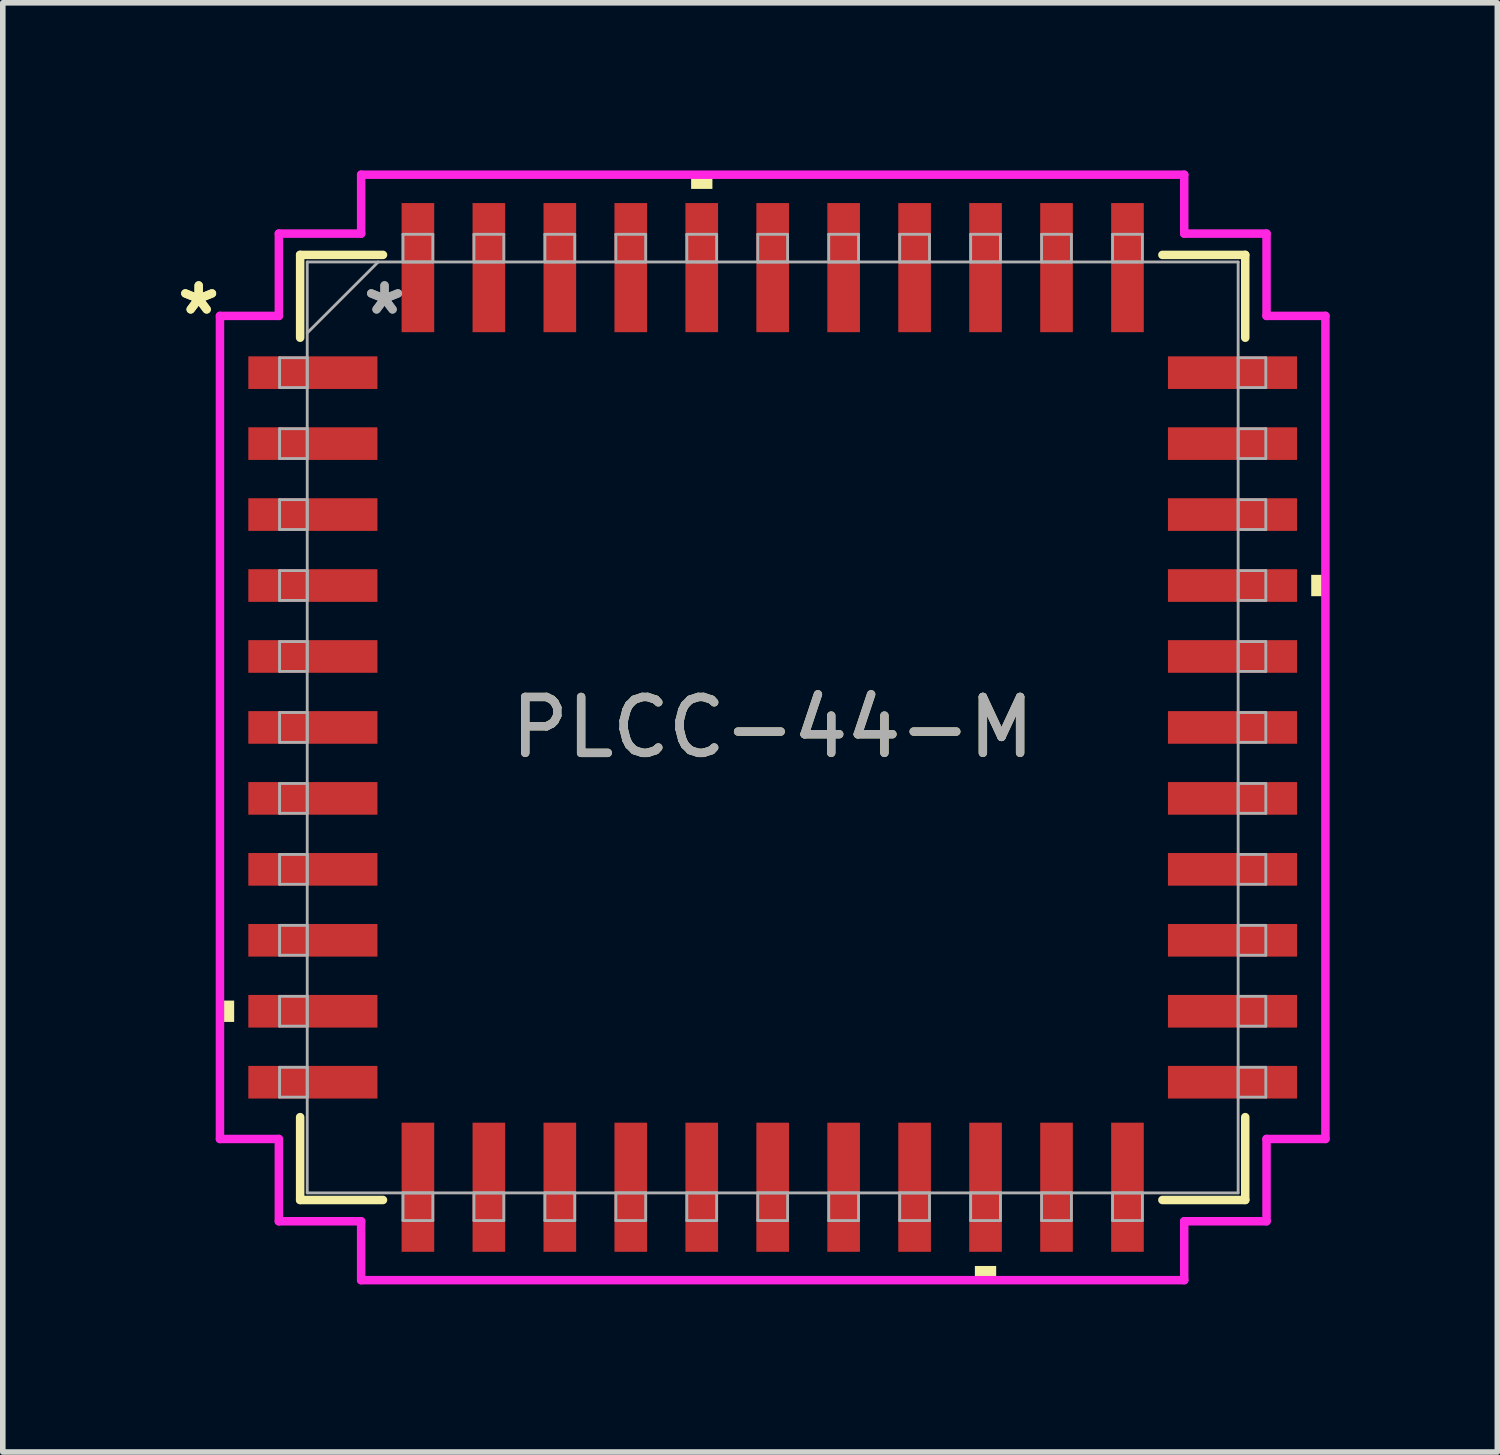
<source format=kicad_pcb>
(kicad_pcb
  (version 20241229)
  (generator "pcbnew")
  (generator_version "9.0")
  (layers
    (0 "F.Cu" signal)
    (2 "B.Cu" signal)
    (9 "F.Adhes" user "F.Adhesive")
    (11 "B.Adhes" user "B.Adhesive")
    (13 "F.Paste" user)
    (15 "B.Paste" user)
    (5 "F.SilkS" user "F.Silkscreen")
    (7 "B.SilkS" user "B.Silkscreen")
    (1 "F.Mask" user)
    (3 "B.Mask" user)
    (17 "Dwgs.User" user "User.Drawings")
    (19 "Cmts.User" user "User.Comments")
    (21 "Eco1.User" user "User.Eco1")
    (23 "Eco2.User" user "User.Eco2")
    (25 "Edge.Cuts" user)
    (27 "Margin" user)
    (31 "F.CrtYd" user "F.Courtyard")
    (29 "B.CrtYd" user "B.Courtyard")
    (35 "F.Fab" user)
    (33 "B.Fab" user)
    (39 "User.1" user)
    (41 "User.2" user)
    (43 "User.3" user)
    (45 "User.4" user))
  (footprint "PLCC-44-M"
    (layer "F.Cu")
    (at 10.78 9.97)
    (property "Reference" "PLCC-44-M" (at 0 0 0) (unlocked yes) (layer "F.SilkS") (effects (font (size 1 1) (thickness 0.15))))
    (attr smd)
    (fp_line (start -8.458 -8.458) (end -8.458 -6.975) (stroke (width 0.152) (type solid)) (layer "F.SilkS"))
    (fp_line (start -8.458 6.975) (end -8.458 8.458) (stroke (width 0.152) (type solid)) (layer "F.SilkS"))
    (fp_line (start -8.458 8.458) (end -6.975 8.458) (stroke (width 0.152) (type solid)) (layer "F.SilkS"))
    (fp_line (start -6.975 -8.458) (end -8.458 -8.458) (stroke (width 0.152) (type solid)) (layer "F.SilkS"))
    (fp_line (start 6.975 8.458) (end 8.458 8.458) (stroke (width 0.152) (type solid)) (layer "F.SilkS"))
    (fp_line (start 8.458 -8.458) (end 6.975 -8.458) (stroke (width 0.152) (type solid)) (layer "F.SilkS"))
    (fp_line (start 8.458 -6.975) (end 8.458 -8.458) (stroke (width 0.152) (type solid)) (layer "F.SilkS"))
    (fp_line (start 8.458 8.458) (end 8.458 6.975) (stroke (width 0.152) (type solid)) (layer "F.SilkS"))
    (fp_poly (pts (xy -9.893 4.889) (xy -9.893 5.271) (xy -9.639 5.271) (xy -9.639 4.889)) (stroke (width 0) (type solid)) (fill yes) (layer "F.SilkS"))
    (fp_poly (pts (xy -1.46 -9.639) (xy -1.46 -9.893) (xy -1.079 -9.893) (xy -1.079 -9.639)) (stroke (width 0) (type solid)) (fill yes) (layer "F.SilkS"))
    (fp_poly (pts (xy 3.619 9.639) (xy 3.619 9.893) (xy 4 9.893) (xy 4 9.639)) (stroke (width 0) (type solid)) (fill yes) (layer "F.SilkS"))
    (fp_poly (pts (xy 9.893 -2.731) (xy 9.893 -2.349) (xy 9.639 -2.349) (xy 9.639 -2.731)) (stroke (width 0) (type solid)) (fill yes) (layer "F.SilkS"))
    (fp_line (start -9.893 -7.366) (end -8.839 -7.366) (stroke (width 0.152) (type solid)) (layer "F.CrtYd"))
    (fp_line (start -9.893 7.366) (end -9.893 -7.366) (stroke (width 0.152) (type solid)) (layer "F.CrtYd"))
    (fp_line (start -9.893 7.366) (end -8.839 7.366) (stroke (width 0.152) (type solid)) (layer "F.CrtYd"))
    (fp_line (start -8.839 -8.839) (end -7.366 -8.839) (stroke (width 0.152) (type solid)) (layer "F.CrtYd"))
    (fp_line (start -8.839 -7.366) (end -8.839 -8.839) (stroke (width 0.152) (type solid)) (layer "F.CrtYd"))
    (fp_line (start -8.839 8.839) (end -8.839 7.366) (stroke (width 0.152) (type solid)) (layer "F.CrtYd"))
    (fp_line (start -7.366 -9.893) (end 7.366 -9.893) (stroke (width 0.152) (type solid)) (layer "F.CrtYd"))
    (fp_line (start -7.366 -8.839) (end -7.366 -9.893) (stroke (width 0.152) (type solid)) (layer "F.CrtYd"))
    (fp_line (start -7.366 8.839) (end -8.839 8.839) (stroke (width 0.152) (type solid)) (layer "F.CrtYd"))
    (fp_line (start -7.366 9.893) (end -7.366 8.839) (stroke (width 0.152) (type solid)) (layer "F.CrtYd"))
    (fp_line (start 7.366 -9.893) (end 7.366 -8.839) (stroke (width 0.152) (type solid)) (layer "F.CrtYd"))
    (fp_line (start 7.366 -8.839) (end 8.839 -8.839) (stroke (width 0.152) (type solid)) (layer "F.CrtYd"))
    (fp_line (start 7.366 8.839) (end 7.366 9.893) (stroke (width 0.152) (type solid)) (layer "F.CrtYd"))
    (fp_line (start 7.366 9.893) (end -7.366 9.893) (stroke (width 0.152) (type solid)) (layer "F.CrtYd"))
    (fp_line (start 8.839 -8.839) (end 8.839 -7.366) (stroke (width 0.152) (type solid)) (layer "F.CrtYd"))
    (fp_line (start 8.839 -7.366) (end 9.893 -7.366) (stroke (width 0.152) (type solid)) (layer "F.CrtYd"))
    (fp_line (start 8.839 7.366) (end 8.839 8.839) (stroke (width 0.152) (type solid)) (layer "F.CrtYd"))
    (fp_line (start 8.839 8.839) (end 7.366 8.839) (stroke (width 0.152) (type solid)) (layer "F.CrtYd"))
    (fp_line (start 9.893 -7.366) (end 9.893 7.366) (stroke (width 0.152) (type solid)) (layer "F.CrtYd"))
    (fp_line (start 9.893 7.366) (end 8.839 7.366) (stroke (width 0.152) (type solid)) (layer "F.CrtYd"))
    (fp_line (start -8.826 -6.617) (end -8.826 -6.083) (stroke (width 0.051) (type solid)) (layer "F.Fab"))
    (fp_line (start -8.826 -6.083) (end -8.331 -6.083) (stroke (width 0.051) (type solid)) (layer "F.Fab"))
    (fp_line (start -8.826 -5.347) (end -8.826 -4.813) (stroke (width 0.051) (type solid)) (layer "F.Fab"))
    (fp_line (start -8.826 -4.813) (end -8.331 -4.813) (stroke (width 0.051) (type solid)) (layer "F.Fab"))
    (fp_line (start -8.826 -4.077) (end -8.826 -3.543) (stroke (width 0.051) (type solid)) (layer "F.Fab"))
    (fp_line (start -8.826 -3.543) (end -8.331 -3.543) (stroke (width 0.051) (type solid)) (layer "F.Fab"))
    (fp_line (start -8.826 -2.807) (end -8.826 -2.273) (stroke (width 0.051) (type solid)) (layer "F.Fab"))
    (fp_line (start -8.826 -2.273) (end -8.331 -2.273) (stroke (width 0.051) (type solid)) (layer "F.Fab"))
    (fp_line (start -8.826 -1.537) (end -8.826 -1.003) (stroke (width 0.051) (type solid)) (layer "F.Fab"))
    (fp_line (start -8.826 -1.003) (end -8.331 -1.003) (stroke (width 0.051) (type solid)) (layer "F.Fab"))
    (fp_line (start -8.826 -0.267) (end -8.826 0.267) (stroke (width 0.051) (type solid)) (layer "F.Fab"))
    (fp_line (start -8.826 0.267) (end -8.331 0.267) (stroke (width 0.051) (type solid)) (layer "F.Fab"))
    (fp_line (start -8.826 1.003) (end -8.826 1.537) (stroke (width 0.051) (type solid)) (layer "F.Fab"))
    (fp_line (start -8.826 1.537) (end -8.331 1.537) (stroke (width 0.051) (type solid)) (layer "F.Fab"))
    (fp_line (start -8.826 2.273) (end -8.826 2.807) (stroke (width 0.051) (type solid)) (layer "F.Fab"))
    (fp_line (start -8.826 2.807) (end -8.331 2.807) (stroke (width 0.051) (type solid)) (layer "F.Fab"))
    (fp_line (start -8.826 3.543) (end -8.826 4.077) (stroke (width 0.051) (type solid)) (layer "F.Fab"))
    (fp_line (start -8.826 4.077) (end -8.331 4.077) (stroke (width 0.051) (type solid)) (layer "F.Fab"))
    (fp_line (start -8.826 4.813) (end -8.826 5.347) (stroke (width 0.051) (type solid)) (layer "F.Fab"))
    (fp_line (start -8.826 5.347) (end -8.331 5.347) (stroke (width 0.051) (type solid)) (layer "F.Fab"))
    (fp_line (start -8.826 6.083) (end -8.826 6.617) (stroke (width 0.051) (type solid)) (layer "F.Fab"))
    (fp_line (start -8.826 6.617) (end -8.331 6.617) (stroke (width 0.051) (type solid)) (layer "F.Fab"))
    (fp_line (start -8.331 -8.331) (end -8.331 8.331) (stroke (width 0.051) (type solid)) (layer "F.Fab"))
    (fp_line (start -8.331 -7.061) (end -7.061 -8.331) (stroke (width 0.051) (type solid)) (layer "F.Fab"))
    (fp_line (start -8.331 -6.617) (end -8.826 -6.617) (stroke (width 0.051) (type solid)) (layer "F.Fab"))
    (fp_line (start -8.331 -6.083) (end -8.331 -6.617) (stroke (width 0.051) (type solid)) (layer "F.Fab"))
    (fp_line (start -8.331 -5.347) (end -8.826 -5.347) (stroke (width 0.051) (type solid)) (layer "F.Fab"))
    (fp_line (start -8.331 -4.813) (end -8.331 -5.347) (stroke (width 0.051) (type solid)) (layer "F.Fab"))
    (fp_line (start -8.331 -4.077) (end -8.826 -4.077) (stroke (width 0.051) (type solid)) (layer "F.Fab"))
    (fp_line (start -8.331 -3.543) (end -8.331 -4.077) (stroke (width 0.051) (type solid)) (layer "F.Fab"))
    (fp_line (start -8.331 -2.807) (end -8.826 -2.807) (stroke (width 0.051) (type solid)) (layer "F.Fab"))
    (fp_line (start -8.331 -2.273) (end -8.331 -2.807) (stroke (width 0.051) (type solid)) (layer "F.Fab"))
    (fp_line (start -8.331 -1.537) (end -8.826 -1.537) (stroke (width 0.051) (type solid)) (layer "F.Fab"))
    (fp_line (start -8.331 -1.003) (end -8.331 -1.537) (stroke (width 0.051) (type solid)) (layer "F.Fab"))
    (fp_line (start -8.331 -0.267) (end -8.826 -0.267) (stroke (width 0.051) (type solid)) (layer "F.Fab"))
    (fp_line (start -8.331 0.267) (end -8.331 -0.267) (stroke (width 0.051) (type solid)) (layer "F.Fab"))
    (fp_line (start -8.331 1.003) (end -8.826 1.003) (stroke (width 0.051) (type solid)) (layer "F.Fab"))
    (fp_line (start -8.331 1.537) (end -8.331 1.003) (stroke (width 0.051) (type solid)) (layer "F.Fab"))
    (fp_line (start -8.331 2.273) (end -8.826 2.273) (stroke (width 0.051) (type solid)) (layer "F.Fab"))
    (fp_line (start -8.331 2.807) (end -8.331 2.273) (stroke (width 0.051) (type solid)) (layer "F.Fab"))
    (fp_line (start -8.331 3.543) (end -8.826 3.543) (stroke (width 0.051) (type solid)) (layer "F.Fab"))
    (fp_line (start -8.331 4.077) (end -8.331 3.543) (stroke (width 0.051) (type solid)) (layer "F.Fab"))
    (fp_line (start -8.331 4.813) (end -8.826 4.813) (stroke (width 0.051) (type solid)) (layer "F.Fab"))
    (fp_line (start -8.331 5.347) (end -8.331 4.813) (stroke (width 0.051) (type solid)) (layer "F.Fab"))
    (fp_line (start -8.331 6.083) (end -8.826 6.083) (stroke (width 0.051) (type solid)) (layer "F.Fab"))
    (fp_line (start -8.331 6.617) (end -8.331 6.083) (stroke (width 0.051) (type solid)) (layer "F.Fab"))
    (fp_line (start -8.331 8.331) (end 8.331 8.331) (stroke (width 0.051) (type solid)) (layer "F.Fab"))
    (fp_line (start -6.617 -8.826) (end -6.617 -8.331) (stroke (width 0.051) (type solid)) (layer "F.Fab"))
    (fp_line (start -6.617 -8.331) (end -6.083 -8.331) (stroke (width 0.051) (type solid)) (layer "F.Fab"))
    (fp_line (start -6.617 8.331) (end -6.617 8.826) (stroke (width 0.051) (type solid)) (layer "F.Fab"))
    (fp_line (start -6.617 8.826) (end -6.083 8.826) (stroke (width 0.051) (type solid)) (layer "F.Fab"))
    (fp_line (start -6.083 -8.826) (end -6.617 -8.826) (stroke (width 0.051) (type solid)) (layer "F.Fab"))
    (fp_line (start -6.083 -8.331) (end -6.083 -8.826) (stroke (width 0.051) (type solid)) (layer "F.Fab"))
    (fp_line (start -6.083 8.331) (end -6.617 8.331) (stroke (width 0.051) (type solid)) (layer "F.Fab"))
    (fp_line (start -6.083 8.826) (end -6.083 8.331) (stroke (width 0.051) (type solid)) (layer "F.Fab"))
    (fp_line (start -5.347 -8.826) (end -5.347 -8.331) (stroke (width 0.051) (type solid)) (layer "F.Fab"))
    (fp_line (start -5.347 -8.331) (end -4.813 -8.331) (stroke (width 0.051) (type solid)) (layer "F.Fab"))
    (fp_line (start -5.347 8.331) (end -5.347 8.826) (stroke (width 0.051) (type solid)) (layer "F.Fab"))
    (fp_line (start -5.347 8.826) (end -4.813 8.826) (stroke (width 0.051) (type solid)) (layer "F.Fab"))
    (fp_line (start -4.813 -8.826) (end -5.347 -8.826) (stroke (width 0.051) (type solid)) (layer "F.Fab"))
    (fp_line (start -4.813 -8.331) (end -4.813 -8.826) (stroke (width 0.051) (type solid)) (layer "F.Fab"))
    (fp_line (start -4.813 8.331) (end -5.347 8.331) (stroke (width 0.051) (type solid)) (layer "F.Fab"))
    (fp_line (start -4.813 8.826) (end -4.813 8.331) (stroke (width 0.051) (type solid)) (layer "F.Fab"))
    (fp_line (start -4.077 -8.826) (end -4.077 -8.331) (stroke (width 0.051) (type solid)) (layer "F.Fab"))
    (fp_line (start -4.077 -8.331) (end -3.543 -8.331) (stroke (width 0.051) (type solid)) (layer "F.Fab"))
    (fp_line (start -4.077 8.331) (end -4.077 8.826) (stroke (width 0.051) (type solid)) (layer "F.Fab"))
    (fp_line (start -4.077 8.826) (end -3.543 8.826) (stroke (width 0.051) (type solid)) (layer "F.Fab"))
    (fp_line (start -3.543 -8.826) (end -4.077 -8.826) (stroke (width 0.051) (type solid)) (layer "F.Fab"))
    (fp_line (start -3.543 -8.331) (end -3.543 -8.826) (stroke (width 0.051) (type solid)) (layer "F.Fab"))
    (fp_line (start -3.543 8.331) (end -4.077 8.331) (stroke (width 0.051) (type solid)) (layer "F.Fab"))
    (fp_line (start -3.543 8.826) (end -3.543 8.331) (stroke (width 0.051) (type solid)) (layer "F.Fab"))
    (fp_line (start -2.807 -8.826) (end -2.807 -8.331) (stroke (width 0.051) (type solid)) (layer "F.Fab"))
    (fp_line (start -2.807 -8.331) (end -2.273 -8.331) (stroke (width 0.051) (type solid)) (layer "F.Fab"))
    (fp_line (start -2.807 8.331) (end -2.807 8.826) (stroke (width 0.051) (type solid)) (layer "F.Fab"))
    (fp_line (start -2.807 8.826) (end -2.273 8.826) (stroke (width 0.051) (type solid)) (layer "F.Fab"))
    (fp_line (start -2.273 -8.826) (end -2.807 -8.826) (stroke (width 0.051) (type solid)) (layer "F.Fab"))
    (fp_line (start -2.273 -8.331) (end -2.273 -8.826) (stroke (width 0.051) (type solid)) (layer "F.Fab"))
    (fp_line (start -2.273 8.331) (end -2.807 8.331) (stroke (width 0.051) (type solid)) (layer "F.Fab"))
    (fp_line (start -2.273 8.826) (end -2.273 8.331) (stroke (width 0.051) (type solid)) (layer "F.Fab"))
    (fp_line (start -1.537 -8.826) (end -1.537 -8.331) (stroke (width 0.051) (type solid)) (layer "F.Fab"))
    (fp_line (start -1.537 -8.331) (end -1.003 -8.331) (stroke (width 0.051) (type solid)) (layer "F.Fab"))
    (fp_line (start -1.537 8.331) (end -1.537 8.826) (stroke (width 0.051) (type solid)) (layer "F.Fab"))
    (fp_line (start -1.537 8.826) (end -1.003 8.826) (stroke (width 0.051) (type solid)) (layer "F.Fab"))
    (fp_line (start -1.003 -8.826) (end -1.537 -8.826) (stroke (width 0.051) (type solid)) (layer "F.Fab"))
    (fp_line (start -1.003 -8.331) (end -1.003 -8.826) (stroke (width 0.051) (type solid)) (layer "F.Fab"))
    (fp_line (start -1.003 8.331) (end -1.537 8.331) (stroke (width 0.051) (type solid)) (layer "F.Fab"))
    (fp_line (start -1.003 8.826) (end -1.003 8.331) (stroke (width 0.051) (type solid)) (layer "F.Fab"))
    (fp_line (start -0.267 -8.826) (end -0.267 -8.331) (stroke (width 0.051) (type solid)) (layer "F.Fab"))
    (fp_line (start -0.267 -8.331) (end 0.267 -8.331) (stroke (width 0.051) (type solid)) (layer "F.Fab"))
    (fp_line (start -0.267 8.331) (end -0.267 8.826) (stroke (width 0.051) (type solid)) (layer "F.Fab"))
    (fp_line (start -0.267 8.826) (end 0.267 8.826) (stroke (width 0.051) (type solid)) (layer "F.Fab"))
    (fp_line (start 0.267 -8.826) (end -0.267 -8.826) (stroke (width 0.051) (type solid)) (layer "F.Fab"))
    (fp_line (start 0.267 -8.331) (end 0.267 -8.826) (stroke (width 0.051) (type solid)) (layer "F.Fab"))
    (fp_line (start 0.267 8.331) (end -0.267 8.331) (stroke (width 0.051) (type solid)) (layer "F.Fab"))
    (fp_line (start 0.267 8.826) (end 0.267 8.331) (stroke (width 0.051) (type solid)) (layer "F.Fab"))
    (fp_line (start 1.003 -8.826) (end 1.003 -8.331) (stroke (width 0.051) (type solid)) (layer "F.Fab"))
    (fp_line (start 1.003 -8.331) (end 1.537 -8.331) (stroke (width 0.051) (type solid)) (layer "F.Fab"))
    (fp_line (start 1.003 8.331) (end 1.003 8.826) (stroke (width 0.051) (type solid)) (layer "F.Fab"))
    (fp_line (start 1.003 8.826) (end 1.537 8.826) (stroke (width 0.051) (type solid)) (layer "F.Fab"))
    (fp_line (start 1.537 -8.826) (end 1.003 -8.826) (stroke (width 0.051) (type solid)) (layer "F.Fab"))
    (fp_line (start 1.537 -8.331) (end 1.537 -8.826) (stroke (width 0.051) (type solid)) (layer "F.Fab"))
    (fp_line (start 1.537 8.331) (end 1.003 8.331) (stroke (width 0.051) (type solid)) (layer "F.Fab"))
    (fp_line (start 1.537 8.826) (end 1.537 8.331) (stroke (width 0.051) (type solid)) (layer "F.Fab"))
    (fp_line (start 2.273 -8.826) (end 2.273 -8.331) (stroke (width 0.051) (type solid)) (layer "F.Fab"))
    (fp_line (start 2.273 -8.331) (end 2.807 -8.331) (stroke (width 0.051) (type solid)) (layer "F.Fab"))
    (fp_line (start 2.273 8.331) (end 2.273 8.826) (stroke (width 0.051) (type solid)) (layer "F.Fab"))
    (fp_line (start 2.273 8.826) (end 2.807 8.826) (stroke (width 0.051) (type solid)) (layer "F.Fab"))
    (fp_line (start 2.807 -8.826) (end 2.273 -8.826) (stroke (width 0.051) (type solid)) (layer "F.Fab"))
    (fp_line (start 2.807 -8.331) (end 2.807 -8.826) (stroke (width 0.051) (type solid)) (layer "F.Fab"))
    (fp_line (start 2.807 8.331) (end 2.273 8.331) (stroke (width 0.051) (type solid)) (layer "F.Fab"))
    (fp_line (start 2.807 8.826) (end 2.807 8.331) (stroke (width 0.051) (type solid)) (layer "F.Fab"))
    (fp_line (start 3.543 -8.826) (end 3.543 -8.331) (stroke (width 0.051) (type solid)) (layer "F.Fab"))
    (fp_line (start 3.543 -8.331) (end 4.077 -8.331) (stroke (width 0.051) (type solid)) (layer "F.Fab"))
    (fp_line (start 3.543 8.331) (end 3.543 8.826) (stroke (width 0.051) (type solid)) (layer "F.Fab"))
    (fp_line (start 3.543 8.826) (end 4.077 8.826) (stroke (width 0.051) (type solid)) (layer "F.Fab"))
    (fp_line (start 4.077 -8.826) (end 3.543 -8.826) (stroke (width 0.051) (type solid)) (layer "F.Fab"))
    (fp_line (start 4.077 -8.331) (end 4.077 -8.826) (stroke (width 0.051) (type solid)) (layer "F.Fab"))
    (fp_line (start 4.077 8.331) (end 3.543 8.331) (stroke (width 0.051) (type solid)) (layer "F.Fab"))
    (fp_line (start 4.077 8.826) (end 4.077 8.331) (stroke (width 0.051) (type solid)) (layer "F.Fab"))
    (fp_line (start 4.813 -8.826) (end 4.813 -8.331) (stroke (width 0.051) (type solid)) (layer "F.Fab"))
    (fp_line (start 4.813 -8.331) (end 5.347 -8.331) (stroke (width 0.051) (type solid)) (layer "F.Fab"))
    (fp_line (start 4.813 8.331) (end 4.813 8.826) (stroke (width 0.051) (type solid)) (layer "F.Fab"))
    (fp_line (start 4.813 8.826) (end 5.347 8.826) (stroke (width 0.051) (type solid)) (layer "F.Fab"))
    (fp_line (start 5.347 -8.826) (end 4.813 -8.826) (stroke (width 0.051) (type solid)) (layer "F.Fab"))
    (fp_line (start 5.347 -8.331) (end 5.347 -8.826) (stroke (width 0.051) (type solid)) (layer "F.Fab"))
    (fp_line (start 5.347 8.331) (end 4.813 8.331) (stroke (width 0.051) (type solid)) (layer "F.Fab"))
    (fp_line (start 5.347 8.826) (end 5.347 8.331) (stroke (width 0.051) (type solid)) (layer "F.Fab"))
    (fp_line (start 6.083 -8.826) (end 6.083 -8.331) (stroke (width 0.051) (type solid)) (layer "F.Fab"))
    (fp_line (start 6.083 -8.331) (end 6.617 -8.331) (stroke (width 0.051) (type solid)) (layer "F.Fab"))
    (fp_line (start 6.083 8.331) (end 6.083 8.826) (stroke (width 0.051) (type solid)) (layer "F.Fab"))
    (fp_line (start 6.083 8.826) (end 6.617 8.826) (stroke (width 0.051) (type solid)) (layer "F.Fab"))
    (fp_line (start 6.617 -8.826) (end 6.083 -8.826) (stroke (width 0.051) (type solid)) (layer "F.Fab"))
    (fp_line (start 6.617 -8.331) (end 6.617 -8.826) (stroke (width 0.051) (type solid)) (layer "F.Fab"))
    (fp_line (start 6.617 8.331) (end 6.083 8.331) (stroke (width 0.051) (type solid)) (layer "F.Fab"))
    (fp_line (start 6.617 8.826) (end 6.617 8.331) (stroke (width 0.051) (type solid)) (layer "F.Fab"))
    (fp_line (start 8.331 -8.331) (end -8.331 -8.331) (stroke (width 0.051) (type solid)) (layer "F.Fab"))
    (fp_line (start 8.331 -6.617) (end 8.331 -6.083) (stroke (width 0.051) (type solid)) (layer "F.Fab"))
    (fp_line (start 8.331 -6.083) (end 8.826 -6.083) (stroke (width 0.051) (type solid)) (layer "F.Fab"))
    (fp_line (start 8.331 -5.347) (end 8.331 -4.813) (stroke (width 0.051) (type solid)) (layer "F.Fab"))
    (fp_line (start 8.331 -4.813) (end 8.826 -4.813) (stroke (width 0.051) (type solid)) (layer "F.Fab"))
    (fp_line (start 8.331 -4.077) (end 8.331 -3.543) (stroke (width 0.051) (type solid)) (layer "F.Fab"))
    (fp_line (start 8.331 -3.543) (end 8.826 -3.543) (stroke (width 0.051) (type solid)) (layer "F.Fab"))
    (fp_line (start 8.331 -2.807) (end 8.331 -2.273) (stroke (width 0.051) (type solid)) (layer "F.Fab"))
    (fp_line (start 8.331 -2.273) (end 8.826 -2.273) (stroke (width 0.051) (type solid)) (layer "F.Fab"))
    (fp_line (start 8.331 -1.537) (end 8.331 -1.003) (stroke (width 0.051) (type solid)) (layer "F.Fab"))
    (fp_line (start 8.331 -1.003) (end 8.826 -1.003) (stroke (width 0.051) (type solid)) (layer "F.Fab"))
    (fp_line (start 8.331 -0.267) (end 8.331 0.267) (stroke (width 0.051) (type solid)) (layer "F.Fab"))
    (fp_line (start 8.331 0.267) (end 8.826 0.267) (stroke (width 0.051) (type solid)) (layer "F.Fab"))
    (fp_line (start 8.331 1.003) (end 8.331 1.537) (stroke (width 0.051) (type solid)) (layer "F.Fab"))
    (fp_line (start 8.331 1.537) (end 8.826 1.537) (stroke (width 0.051) (type solid)) (layer "F.Fab"))
    (fp_line (start 8.331 2.273) (end 8.331 2.807) (stroke (width 0.051) (type solid)) (layer "F.Fab"))
    (fp_line (start 8.331 2.807) (end 8.826 2.807) (stroke (width 0.051) (type solid)) (layer "F.Fab"))
    (fp_line (start 8.331 3.543) (end 8.331 4.077) (stroke (width 0.051) (type solid)) (layer "F.Fab"))
    (fp_line (start 8.331 4.077) (end 8.826 4.077) (stroke (width 0.051) (type solid)) (layer "F.Fab"))
    (fp_line (start 8.331 4.813) (end 8.331 5.347) (stroke (width 0.051) (type solid)) (layer "F.Fab"))
    (fp_line (start 8.331 5.347) (end 8.826 5.347) (stroke (width 0.051) (type solid)) (layer "F.Fab"))
    (fp_line (start 8.331 6.083) (end 8.331 6.617) (stroke (width 0.051) (type solid)) (layer "F.Fab"))
    (fp_line (start 8.331 6.617) (end 8.826 6.617) (stroke (width 0.051) (type solid)) (layer "F.Fab"))
    (fp_line (start 8.331 8.331) (end 8.331 -8.331) (stroke (width 0.051) (type solid)) (layer "F.Fab"))
    (fp_line (start 8.826 -6.617) (end 8.331 -6.617) (stroke (width 0.051) (type solid)) (layer "F.Fab"))
    (fp_line (start 8.826 -6.083) (end 8.826 -6.617) (stroke (width 0.051) (type solid)) (layer "F.Fab"))
    (fp_line (start 8.826 -5.347) (end 8.331 -5.347) (stroke (width 0.051) (type solid)) (layer "F.Fab"))
    (fp_line (start 8.826 -4.813) (end 8.826 -5.347) (stroke (width 0.051) (type solid)) (layer "F.Fab"))
    (fp_line (start 8.826 -4.077) (end 8.331 -4.077) (stroke (width 0.051) (type solid)) (layer "F.Fab"))
    (fp_line (start 8.826 -3.543) (end 8.826 -4.077) (stroke (width 0.051) (type solid)) (layer "F.Fab"))
    (fp_line (start 8.826 -2.807) (end 8.331 -2.807) (stroke (width 0.051) (type solid)) (layer "F.Fab"))
    (fp_line (start 8.826 -2.273) (end 8.826 -2.807) (stroke (width 0.051) (type solid)) (layer "F.Fab"))
    (fp_line (start 8.826 -1.537) (end 8.331 -1.537) (stroke (width 0.051) (type solid)) (layer "F.Fab"))
    (fp_line (start 8.826 -1.003) (end 8.826 -1.537) (stroke (width 0.051) (type solid)) (layer "F.Fab"))
    (fp_line (start 8.826 -0.267) (end 8.331 -0.267) (stroke (width 0.051) (type solid)) (layer "F.Fab"))
    (fp_line (start 8.826 0.267) (end 8.826 -0.267) (stroke (width 0.051) (type solid)) (layer "F.Fab"))
    (fp_line (start 8.826 1.003) (end 8.331 1.003) (stroke (width 0.051) (type solid)) (layer "F.Fab"))
    (fp_line (start 8.826 1.537) (end 8.826 1.003) (stroke (width 0.051) (type solid)) (layer "F.Fab"))
    (fp_line (start 8.826 2.273) (end 8.331 2.273) (stroke (width 0.051) (type solid)) (layer "F.Fab"))
    (fp_line (start 8.826 2.807) (end 8.826 2.273) (stroke (width 0.051) (type solid)) (layer "F.Fab"))
    (fp_line (start 8.826 3.543) (end 8.331 3.543) (stroke (width 0.051) (type solid)) (layer "F.Fab"))
    (fp_line (start 8.826 4.077) (end 8.826 3.543) (stroke (width 0.051) (type solid)) (layer "F.Fab"))
    (fp_line (start 8.826 4.813) (end 8.331 4.813) (stroke (width 0.051) (type solid)) (layer "F.Fab"))
    (fp_line (start 8.826 5.347) (end 8.826 4.813) (stroke (width 0.051) (type solid)) (layer "F.Fab"))
    (fp_line (start 8.826 6.083) (end 8.331 6.083) (stroke (width 0.051) (type solid)) (layer "F.Fab"))
    (fp_line (start 8.826 6.617) (end 8.826 6.083) (stroke (width 0.051) (type solid)) (layer "F.Fab"))
    (fp_text user "*" (at -10.274 -7.366 0) (unlocked yes) (layer "F.SilkS") (effects (font (size 1 1) (thickness 0.15))))
    (fp_text user "*" (at -10.274 -7.366 0) (layer "F.SilkS") (effects (font (size 1 1) (thickness 0.15))))
    (fp_text user "*" (at -6.947 -7.366 0) (layer "F.Fab") (effects (font (size 1 1) (thickness 0.15))))
    (fp_text user "${REFERENCE}" (at 0 0 0) (unlocked yes) (layer "F.Fab") (effects (font (size 1 1) (thickness 0.15))))
    (fp_text user "*" (at -6.947 -7.366 0) (unlocked yes) (layer "F.Fab") (effects (font (size 1 1) (thickness 0.15))))
    (pad "1" smd rect (at -8.23 -6.35 90) (size 0.584 2.311) (layers "F.Cu" "F.Mask" "F.Paste"))
    (pad "2" smd rect (at -8.23 -5.08 90) (size 0.584 2.311) (layers "F.Cu" "F.Mask" "F.Paste"))
    (pad "3" smd rect (at -8.23 -3.81 90) (size 0.584 2.311) (layers "F.Cu" "F.Mask" "F.Paste"))
    (pad "4" smd rect (at -8.23 -2.54 90) (size 0.584 2.311) (layers "F.Cu" "F.Mask" "F.Paste"))
    (pad "5" smd rect (at -8.23 -1.27 90) (size 0.584 2.311) (layers "F.Cu" "F.Mask" "F.Paste"))
    (pad "6" smd rect (at -8.23 0 90) (size 0.584 2.311) (layers "F.Cu" "F.Mask" "F.Paste"))
    (pad "7" smd rect (at -8.23 1.27 90) (size 0.584 2.311) (layers "F.Cu" "F.Mask" "F.Paste"))
    (pad "8" smd rect (at -8.23 2.54 90) (size 0.584 2.311) (layers "F.Cu" "F.Mask" "F.Paste"))
    (pad "9" smd rect (at -8.23 3.81 90) (size 0.584 2.311) (layers "F.Cu" "F.Mask" "F.Paste"))
    (pad "10" smd rect (at -8.23 5.08 90) (size 0.584 2.311) (layers "F.Cu" "F.Mask" "F.Paste"))
    (pad "11" smd rect (at -8.23 6.35 90) (size 0.584 2.311) (layers "F.Cu" "F.Mask" "F.Paste"))
    (pad "12" smd rect (at -6.35 8.23) (size 0.584 2.311) (layers "F.Cu" "F.Mask" "F.Paste"))
    (pad "13" smd rect (at -5.08 8.23) (size 0.584 2.311) (layers "F.Cu" "F.Mask" "F.Paste"))
    (pad "14" smd rect (at -3.81 8.23) (size 0.584 2.311) (layers "F.Cu" "F.Mask" "F.Paste"))
    (pad "15" smd rect (at -2.54 8.23) (size 0.584 2.311) (layers "F.Cu" "F.Mask" "F.Paste"))
    (pad "16" smd rect (at -1.27 8.23) (size 0.584 2.311) (layers "F.Cu" "F.Mask" "F.Paste"))
    (pad "17" smd rect (at 0 8.23) (size 0.584 2.311) (layers "F.Cu" "F.Mask" "F.Paste"))
    (pad "18" smd rect (at 1.27 8.23) (size 0.584 2.311) (layers "F.Cu" "F.Mask" "F.Paste"))
    (pad "19" smd rect (at 2.54 8.23) (size 0.584 2.311) (layers "F.Cu" "F.Mask" "F.Paste"))
    (pad "20" smd rect (at 3.81 8.23) (size 0.584 2.311) (layers "F.Cu" "F.Mask" "F.Paste"))
    (pad "21" smd rect (at 5.08 8.23) (size 0.584 2.311) (layers "F.Cu" "F.Mask" "F.Paste"))
    (pad "22" smd rect (at 6.35 8.23) (size 0.584 2.311) (layers "F.Cu" "F.Mask" "F.Paste"))
    (pad "23" smd rect (at 8.23 6.35 90) (size 0.584 2.311) (layers "F.Cu" "F.Mask" "F.Paste"))
    (pad "24" smd rect (at 8.23 5.08 90) (size 0.584 2.311) (layers "F.Cu" "F.Mask" "F.Paste"))
    (pad "25" smd rect (at 8.23 3.81 90) (size 0.584 2.311) (layers "F.Cu" "F.Mask" "F.Paste"))
    (pad "26" smd rect (at 8.23 2.54 90) (size 0.584 2.311) (layers "F.Cu" "F.Mask" "F.Paste"))
    (pad "27" smd rect (at 8.23 1.27 90) (size 0.584 2.311) (layers "F.Cu" "F.Mask" "F.Paste"))
    (pad "28" smd rect (at 8.23 0 90) (size 0.584 2.311) (layers "F.Cu" "F.Mask" "F.Paste"))
    (pad "29" smd rect (at 8.23 -1.27 90) (size 0.584 2.311) (layers "F.Cu" "F.Mask" "F.Paste"))
    (pad "30" smd rect (at 8.23 -2.54 90) (size 0.584 2.311) (layers "F.Cu" "F.Mask" "F.Paste"))
    (pad "31" smd rect (at 8.23 -3.81 90) (size 0.584 2.311) (layers "F.Cu" "F.Mask" "F.Paste"))
    (pad "32" smd rect (at 8.23 -5.08 90) (size 0.584 2.311) (layers "F.Cu" "F.Mask" "F.Paste"))
    (pad "33" smd rect (at 8.23 -6.35 90) (size 0.584 2.311) (layers "F.Cu" "F.Mask" "F.Paste"))
    (pad "34" smd rect (at 6.35 -8.23) (size 0.584 2.311) (layers "F.Cu" "F.Mask" "F.Paste"))
    (pad "35" smd rect (at 5.08 -8.23) (size 0.584 2.311) (layers "F.Cu" "F.Mask" "F.Paste"))
    (pad "36" smd rect (at 3.81 -8.23) (size 0.584 2.311) (layers "F.Cu" "F.Mask" "F.Paste"))
    (pad "37" smd rect (at 2.54 -8.23) (size 0.584 2.311) (layers "F.Cu" "F.Mask" "F.Paste"))
    (pad "38" smd rect (at 1.27 -8.23) (size 0.584 2.311) (layers "F.Cu" "F.Mask" "F.Paste"))
    (pad "39" smd rect (at 0 -8.23) (size 0.584 2.311) (layers "F.Cu" "F.Mask" "F.Paste"))
    (pad "40" smd rect (at -1.27 -8.23) (size 0.584 2.311) (layers "F.Cu" "F.Mask" "F.Paste"))
    (pad "41" smd rect (at -2.54 -8.23) (size 0.584 2.311) (layers "F.Cu" "F.Mask" "F.Paste"))
    (pad "42" smd rect (at -3.81 -8.23) (size 0.584 2.311) (layers "F.Cu" "F.Mask" "F.Paste"))
    (pad "43" smd rect (at -5.08 -8.23) (size 0.584 2.311) (layers "F.Cu" "F.Mask" "F.Paste"))
    (pad "44" smd rect (at -6.35 -8.23) (size 0.584 2.311) (layers "F.Cu" "F.Mask" "F.Paste")))
  (gr_rect
    (start -3 -3)
    (end 23.75 22.939)
    (stroke (width 0.1) (type default))
    (fill no)
    (layer "Edge.Cuts")))
</source>
